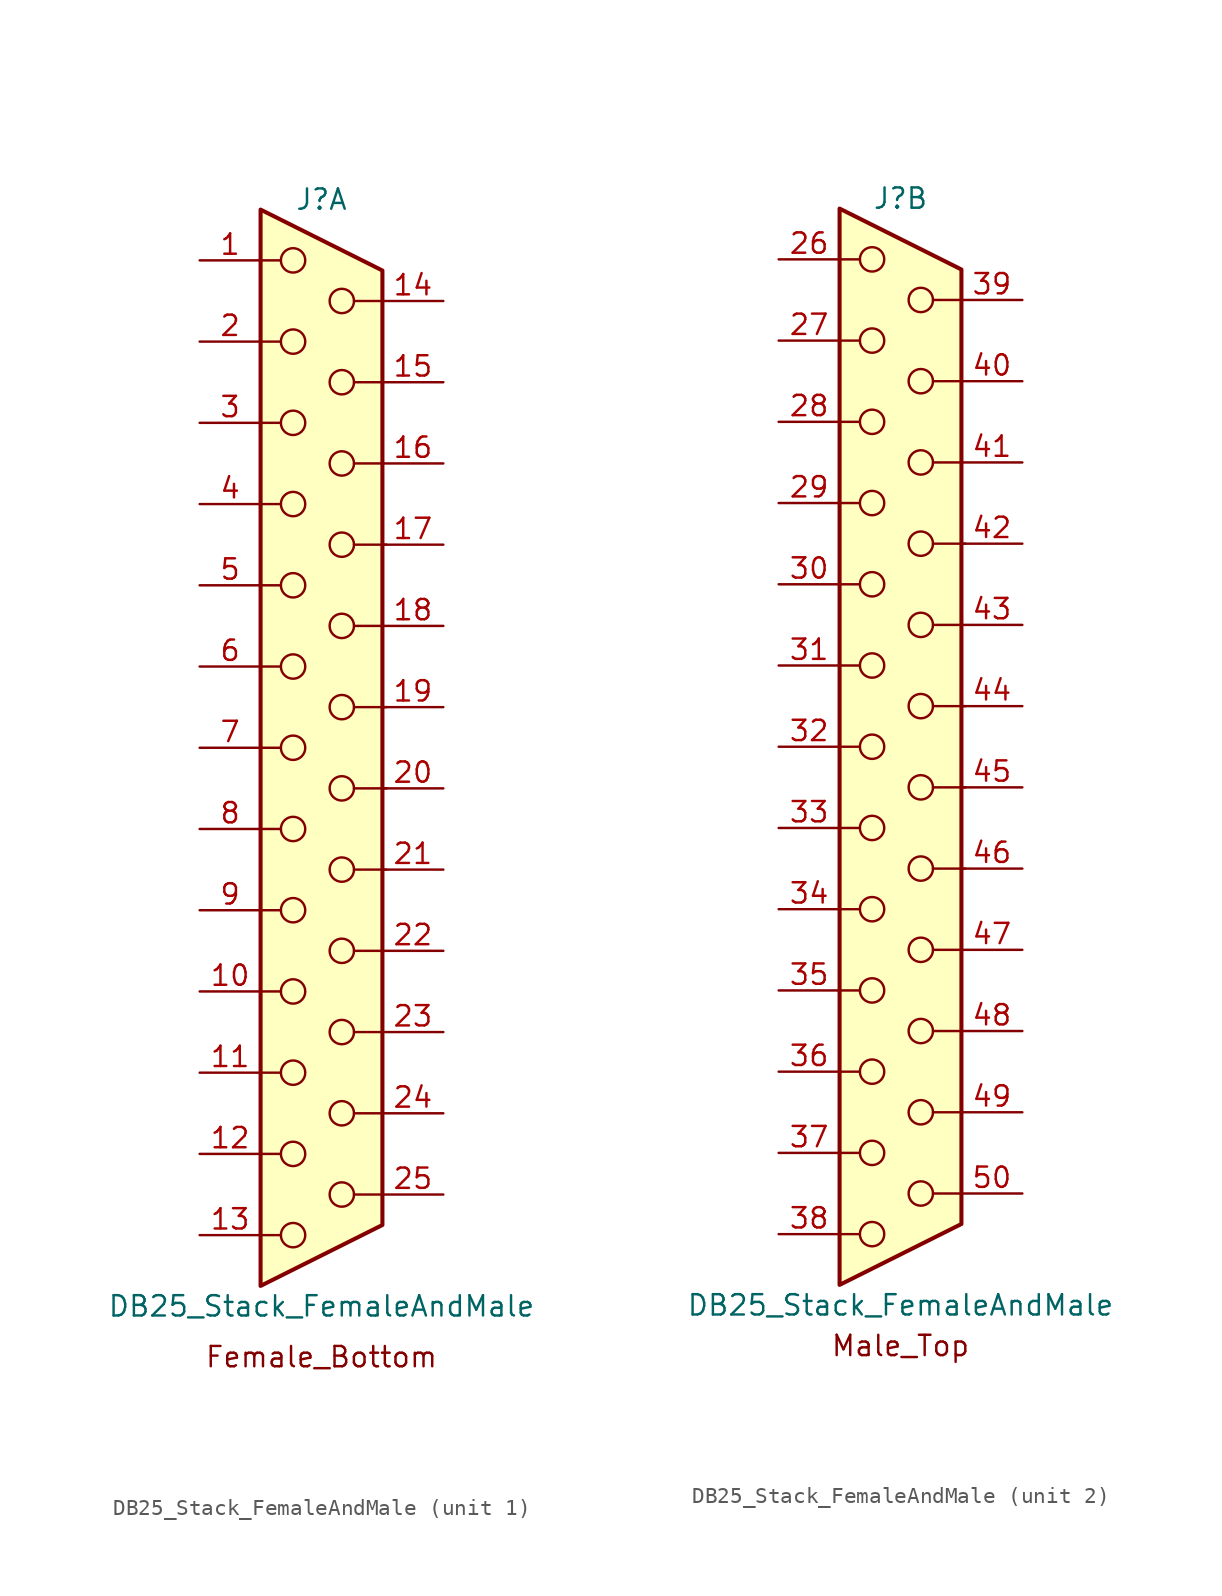
<source format=kicad_sym>
(kicad_symbol_lib
  (version 20211014)
  (generator kicad_symbol_editor)
  (symbol "DB25_Stack_FemaleAndMale"
    (pin_names
      (offset 1.016) hide)
    (property "Reference" "J"
      (at 0 34.29 0)
      (effects (font (size 1.27 1.27))))
    (property "Value" "DB25_Stack_FemaleAndMale"
      (at 0 -34.925 0)
      (effects (font (size 1.27 1.27))))
    (symbol "DB25_Stack_FemaleAndMale_0_1"
      (circle (center -1.778 -30.48) (radius 0.762) (stroke (width 0) (type default) (color 0 0 0 0)) (fill (type none)))
      (circle (center -1.778 -25.4) (radius 0.762) (stroke (width 0) (type default) (color 0 0 0 0)) (fill (type none)))
      (circle (center -1.778 -20.32) (radius 0.762) (stroke (width 0) (type default) (color 0 0 0 0)) (fill (type none)))
      (circle (center -1.778 -15.24) (radius 0.762) (stroke (width 0) (type default) (color 0 0 0 0)) (fill (type none)))
      (circle (center -1.778 -10.16) (radius 0.762) (stroke (width 0) (type default) (color 0 0 0 0)) (fill (type none)))
      (circle (center -1.778 -5.08) (radius 0.762) (stroke (width 0) (type default) (color 0 0 0 0)) (fill (type none)))
      (circle (center -1.778 0) (radius 0.762) (stroke (width 0) (type default) (color 0 0 0 0)) (fill (type none)))
      (circle (center -1.778 5.08) (radius 0.762) (stroke (width 0) (type default) (color 0 0 0 0)) (fill (type none)))
      (circle (center -1.778 10.16) (radius 0.762) (stroke (width 0) (type default) (color 0 0 0 0)) (fill (type none)))
      (circle (center -1.778 15.24) (radius 0.762) (stroke (width 0) (type default) (color 0 0 0 0)) (fill (type none)))
      (circle (center -1.778 20.32) (radius 0.762) (stroke (width 0) (type default) (color 0 0 0 0)) (fill (type none)))
      (circle (center -1.778 25.4) (radius 0.762) (stroke (width 0) (type default) (color 0 0 0 0)) (fill (type none)))
      (circle (center -1.778 30.48) (radius 0.762) (stroke (width 0) (type default) (color 0 0 0 0)) (fill (type none)))
      (polyline (pts (xy -3.81 -30.48) (xy -2.54 -30.48)) (stroke (width 0) (type default) (color 0 0 0 0)) (fill (type none)))
      (polyline (pts (xy -3.81 -25.4) (xy -2.54 -25.4)) (stroke (width 0) (type default) (color 0 0 0 0)) (fill (type none)))
      (polyline (pts (xy -3.81 -20.32) (xy -2.54 -20.32)) (stroke (width 0) (type default) (color 0 0 0 0)) (fill (type none)))
      (polyline (pts (xy -3.81 -15.24) (xy -2.54 -15.24)) (stroke (width 0) (type default) (color 0 0 0 0)) (fill (type none)))
      (polyline (pts (xy -3.81 -10.16) (xy -2.54 -10.16)) (stroke (width 0) (type default) (color 0 0 0 0)) (fill (type none)))
      (polyline (pts (xy -3.81 -5.08) (xy -2.54 -5.08)) (stroke (width 0) (type default) (color 0 0 0 0)) (fill (type none)))
      (polyline (pts (xy -3.81 0) (xy -2.54 0)) (stroke (width 0) (type default) (color 0 0 0 0)) (fill (type none)))
      (polyline (pts (xy -3.81 5.08) (xy -2.54 5.08)) (stroke (width 0) (type default) (color 0 0 0 0)) (fill (type none)))
      (polyline (pts (xy -3.81 10.16) (xy -2.54 10.16)) (stroke (width 0) (type default) (color 0 0 0 0)) (fill (type none)))
      (polyline (pts (xy -3.81 15.24) (xy -2.54 15.24)) (stroke (width 0) (type default) (color 0 0 0 0)) (fill (type none)))
      (polyline (pts (xy -3.81 20.32) (xy -2.54 20.32)) (stroke (width 0) (type default) (color 0 0 0 0)) (fill (type none)))
      (polyline (pts (xy -3.81 25.4) (xy -2.54 25.4)) (stroke (width 0) (type default) (color 0 0 0 0)) (fill (type none)))
      (polyline (pts (xy -3.81 30.48) (xy -2.54 30.48)) (stroke (width 0) (type default) (color 0 0 0 0)) (fill (type none)))
      (polyline (pts (xy 2.032 -17.78) (xy 3.81 -17.78)) (stroke (width 0) (type default) (color 0 0 0 0)) (fill (type none)))
      (polyline (pts (xy 2.032 -12.7) (xy 3.81 -12.7)) (stroke (width 0) (type default) (color 0 0 0 0)) (fill (type none)))
      (polyline (pts (xy 2.032 -2.54) (xy 4.064 -2.54)) (stroke (width 0) (type default) (color 0 0 0 0)) (fill (type none)))
      (polyline (pts (xy 2.032 7.62) (xy 3.81 7.62)) (stroke (width 0) (type default) (color 0 0 0 0)) (fill (type none)))
      (polyline (pts (xy 2.032 12.7) (xy 4.064 12.7)) (stroke (width 0) (type default) (color 0 0 0 0)) (fill (type none)))
      (polyline (pts (xy 2.032 17.78) (xy 3.81 17.78)) (stroke (width 0) (type default) (color 0 0 0 0)) (fill (type none)))
      (polyline (pts (xy 2.032 22.86) (xy 3.81 22.86)) (stroke (width 0) (type default) (color 0 0 0 0)) (fill (type none)))
      (polyline (pts (xy 2.032 27.94) (xy 3.81 27.94)) (stroke (width 0) (type default) (color 0 0 0 0)) (fill (type none)))
      (polyline (pts (xy 3.81 -27.94) (xy 2.032 -27.94)) (stroke (width 0) (type default) (color 0 0 0 0)) (fill (type none)))
      (polyline (pts (xy 3.81 -22.86) (xy 2.032 -22.86)) (stroke (width 0) (type default) (color 0 0 0 0)) (fill (type none)))
      (polyline (pts (xy 4.064 -7.62) (xy 2.032 -7.62)) (stroke (width 0) (type default) (color 0 0 0 0)) (fill (type none)))
      (polyline (pts (xy 4.064 2.54) (xy 2.032 2.54)) (stroke (width 0) (type default) (color 0 0 0 0)) (fill (type none)))
      (polyline (pts (xy -3.81 33.655) (xy 3.81 29.845) (xy 3.81 -29.845) (xy -3.81 -33.655) (xy -3.81 33.655)) (stroke (width 0.254) (type default) (color 0 0 0 0)) (fill (type background)))
      (circle (center 1.27 -27.94) (radius 0.762) (stroke (width 0) (type default) (color 0 0 0 0)) (fill (type none)))
      (circle (center 1.27 -22.86) (radius 0.762) (stroke (width 0) (type default) (color 0 0 0 0)) (fill (type none)))
      (circle (center 1.27 -17.78) (radius 0.762) (stroke (width 0) (type default) (color 0 0 0 0)) (fill (type none)))
      (circle (center 1.27 -12.7) (radius 0.762) (stroke (width 0) (type default) (color 0 0 0 0)) (fill (type none)))
      (circle (center 1.27 -7.62) (radius 0.762) (stroke (width 0) (type default) (color 0 0 0 0)) (fill (type none)))
      (circle (center 1.27 -2.54) (radius 0.762) (stroke (width 0) (type default) (color 0 0 0 0)) (fill (type none)))
      (circle (center 1.27 2.54) (radius 0.762) (stroke (width 0) (type default) (color 0 0 0 0)) (fill (type none)))
      (circle (center 1.27 7.62) (radius 0.762) (stroke (width 0) (type default) (color 0 0 0 0)) (fill (type none)))
      (circle (center 1.27 12.7) (radius 0.762) (stroke (width 0) (type default) (color 0 0 0 0)) (fill (type none)))
      (circle (center 1.27 17.78) (radius 0.762) (stroke (width 0) (type default) (color 0 0 0 0)) (fill (type none)))
      (circle (center 1.27 22.86) (radius 0.762) (stroke (width 0) (type default) (color 0 0 0 0)) (fill (type none)))
      (circle (center 1.27 27.94) (radius 0.762) (stroke (width 0) (type default) (color 0 0 0 0)) (fill (type none))))
    (symbol "DB25_Stack_FemaleAndMale_1_0"
      (text "Female_Bottom" (at 0 -38.1 0) (effects (font (size 1.27 1.27)))))
    (symbol "DB25_Stack_FemaleAndMale_1_1"
      (pin passive line (at -7.62 30.48 0) (length 3.81) (name "1" (effects (font (size 1.27 1.27)))) (number "1" (effects (font (size 1.27 1.27)))))
      (pin passive line (at -7.62 -15.24 0) (length 3.81) (name "10" (effects (font (size 1.27 1.27)))) (number "10" (effects (font (size 1.27 1.27)))))
      (pin passive line (at -7.62 -20.32 0) (length 3.81) (name "11" (effects (font (size 1.27 1.27)))) (number "11" (effects (font (size 1.27 1.27)))))
      (pin passive line (at -7.62 -25.4 0) (length 3.81) (name "12" (effects (font (size 1.27 1.27)))) (number "12" (effects (font (size 1.27 1.27)))))
      (pin passive line (at -7.62 -30.48 0) (length 3.81) (name "13" (effects (font (size 1.27 1.27)))) (number "13" (effects (font (size 1.27 1.27)))))
      (pin passive line (at 7.62 27.94 180) (length 3.81) (name "P14" (effects (font (size 1.27 1.27)))) (number "14" (effects (font (size 1.27 1.27)))))
      (pin passive line (at 7.62 22.86 180) (length 3.81) (name "P15" (effects (font (size 1.27 1.27)))) (number "15" (effects (font (size 1.27 1.27)))))
      (pin passive line (at 7.62 17.78 180) (length 3.81) (name "P16" (effects (font (size 1.27 1.27)))) (number "16" (effects (font (size 1.27 1.27)))))
      (pin passive line (at 7.62 12.7 180) (length 3.81) (name "P17" (effects (font (size 1.27 1.27)))) (number "17" (effects (font (size 1.27 1.27)))))
      (pin passive line (at 7.62 7.62 180) (length 3.81) (name "P18" (effects (font (size 1.27 1.27)))) (number "18" (effects (font (size 1.27 1.27)))))
      (pin passive line (at 7.62 2.54 180) (length 3.81) (name "P19" (effects (font (size 1.27 1.27)))) (number "19" (effects (font (size 1.27 1.27)))))
      (pin passive line (at -7.62 25.4 0) (length 3.81) (name "2" (effects (font (size 1.27 1.27)))) (number "2" (effects (font (size 1.27 1.27)))))
      (pin passive line (at 7.62 -2.54 180) (length 3.81) (name "P20" (effects (font (size 1.27 1.27)))) (number "20" (effects (font (size 1.27 1.27)))))
      (pin passive line (at 7.62 -7.62 180) (length 3.81) (name "P21" (effects (font (size 1.27 1.27)))) (number "21" (effects (font (size 1.27 1.27)))))
      (pin passive line (at 7.62 -12.7 180) (length 3.81) (name "P22" (effects (font (size 1.27 1.27)))) (number "22" (effects (font (size 1.27 1.27)))))
      (pin passive line (at 7.62 -17.78 180) (length 3.81) (name "P23" (effects (font (size 1.27 1.27)))) (number "23" (effects (font (size 1.27 1.27)))))
      (pin passive line (at 7.62 -22.86 180) (length 3.81) (name "P24" (effects (font (size 1.27 1.27)))) (number "24" (effects (font (size 1.27 1.27)))))
      (pin passive line (at 7.62 -27.94 180) (length 3.81) (name "P25" (effects (font (size 1.27 1.27)))) (number "25" (effects (font (size 1.27 1.27)))))
      (pin passive line (at -7.62 20.32 0) (length 3.81) (name "3" (effects (font (size 1.27 1.27)))) (number "3" (effects (font (size 1.27 1.27)))))
      (pin passive line (at -7.62 15.24 0) (length 3.81) (name "4" (effects (font (size 1.27 1.27)))) (number "4" (effects (font (size 1.27 1.27)))))
      (pin passive line (at -7.62 10.16 0) (length 3.81) (name "5" (effects (font (size 1.27 1.27)))) (number "5" (effects (font (size 1.27 1.27)))))
      (pin passive line (at -7.62 5.08 0) (length 3.81) (name "6" (effects (font (size 1.27 1.27)))) (number "6" (effects (font (size 1.27 1.27)))))
      (pin passive line (at -7.62 0 0) (length 3.81) (name "7" (effects (font (size 1.27 1.27)))) (number "7" (effects (font (size 1.27 1.27)))))
      (pin passive line (at -7.62 -5.08 0) (length 3.81) (name "8" (effects (font (size 1.27 1.27)))) (number "8" (effects (font (size 1.27 1.27)))))
      (pin passive line (at -7.62 -10.16 0) (length 3.81) (name "9" (effects (font (size 1.27 1.27)))) (number "9" (effects (font (size 1.27 1.27))))))
    (symbol "DB25_Stack_FemaleAndMale_2_0"
      (text "Male_Top" (at 0 -37.465 0) (effects (font (size 1.27 1.27)))))
    (symbol "DB25_Stack_FemaleAndMale_2_1"
      (pin passive line (at -7.62 30.48 0) (length 3.81) (name "26" (effects (font (size 1.27 1.27)))) (number "26" (effects (font (size 1.27 1.27)))))
      (pin passive line (at -7.62 25.4 0) (length 3.81) (name "27" (effects (font (size 1.27 1.27)))) (number "27" (effects (font (size 1.27 1.27)))))
      (pin passive line (at -7.62 20.32 0) (length 3.81) (name "28" (effects (font (size 1.27 1.27)))) (number "28" (effects (font (size 1.27 1.27)))))
      (pin passive line (at -7.62 15.24 0) (length 3.81) (name "29" (effects (font (size 1.27 1.27)))) (number "29" (effects (font (size 1.27 1.27)))))
      (pin passive line (at -7.62 10.16 0) (length 3.81) (name "30" (effects (font (size 1.27 1.27)))) (number "30" (effects (font (size 1.27 1.27)))))
      (pin passive line (at -7.62 5.08 0) (length 3.81) (name "31" (effects (font (size 1.27 1.27)))) (number "31" (effects (font (size 1.27 1.27)))))
      (pin passive line (at -7.62 0 0) (length 3.81) (name "32" (effects (font (size 1.27 1.27)))) (number "32" (effects (font (size 1.27 1.27)))))
      (pin passive line (at -7.62 -5.08 0) (length 3.81) (name "33" (effects (font (size 1.27 1.27)))) (number "33" (effects (font (size 1.27 1.27)))))
      (pin passive line (at -7.62 -10.16 0) (length 3.81) (name "34" (effects (font (size 1.27 1.27)))) (number "34" (effects (font (size 1.27 1.27)))))
      (pin passive line (at -7.62 -15.24 0) (length 3.81) (name "35" (effects (font (size 1.27 1.27)))) (number "35" (effects (font (size 1.27 1.27)))))
      (pin passive line (at -7.62 -20.32 0) (length 3.81) (name "36" (effects (font (size 1.27 1.27)))) (number "36" (effects (font (size 1.27 1.27)))))
      (pin passive line (at -7.62 -25.4 0) (length 3.81) (name "37" (effects (font (size 1.27 1.27)))) (number "37" (effects (font (size 1.27 1.27)))))
      (pin passive line (at -7.62 -30.48 0) (length 3.81) (name "38" (effects (font (size 1.27 1.27)))) (number "38" (effects (font (size 1.27 1.27)))))
      (pin passive line (at 7.62 27.94 180) (length 3.81) (name "39" (effects (font (size 1.27 1.27)))) (number "39" (effects (font (size 1.27 1.27)))))
      (pin passive line (at 7.62 22.86 180) (length 3.81) (name "40" (effects (font (size 1.27 1.27)))) (number "40" (effects (font (size 1.27 1.27)))))
      (pin passive line (at 7.62 17.78 180) (length 3.81) (name "41" (effects (font (size 1.27 1.27)))) (number "41" (effects (font (size 1.27 1.27)))))
      (pin passive line (at 7.62 12.7 180) (length 3.81) (name "42" (effects (font (size 1.27 1.27)))) (number "42" (effects (font (size 1.27 1.27)))))
      (pin passive line (at 7.62 7.62 180) (length 3.81) (name "43" (effects (font (size 1.27 1.27)))) (number "43" (effects (font (size 1.27 1.27)))))
      (pin passive line (at 7.62 2.54 180) (length 3.81) (name "44" (effects (font (size 1.27 1.27)))) (number "44" (effects (font (size 1.27 1.27)))))
      (pin passive line (at 7.62 -2.54 180) (length 3.81) (name "45" (effects (font (size 1.27 1.27)))) (number "45" (effects (font (size 1.27 1.27)))))
      (pin passive line (at 7.62 -7.62 180) (length 3.81) (name "46" (effects (font (size 1.27 1.27)))) (number "46" (effects (font (size 1.27 1.27)))))
      (pin passive line (at 7.62 -12.7 180) (length 3.81) (name "47" (effects (font (size 1.27 1.27)))) (number "47" (effects (font (size 1.27 1.27)))))
      (pin passive line (at 7.62 -17.78 180) (length 3.81) (name "48" (effects (font (size 1.27 1.27)))) (number "48" (effects (font (size 1.27 1.27)))))
      (pin passive line (at 7.62 -22.86 180) (length 3.81) (name "49" (effects (font (size 1.27 1.27)))) (number "49" (effects (font (size 1.27 1.27)))))
      (pin passive line (at 7.62 -27.94 180) (length 3.81) (name "50" (effects (font (size 1.27 1.27)))) (number "50" (effects (font (size 1.27 1.27))))))))
</source>
